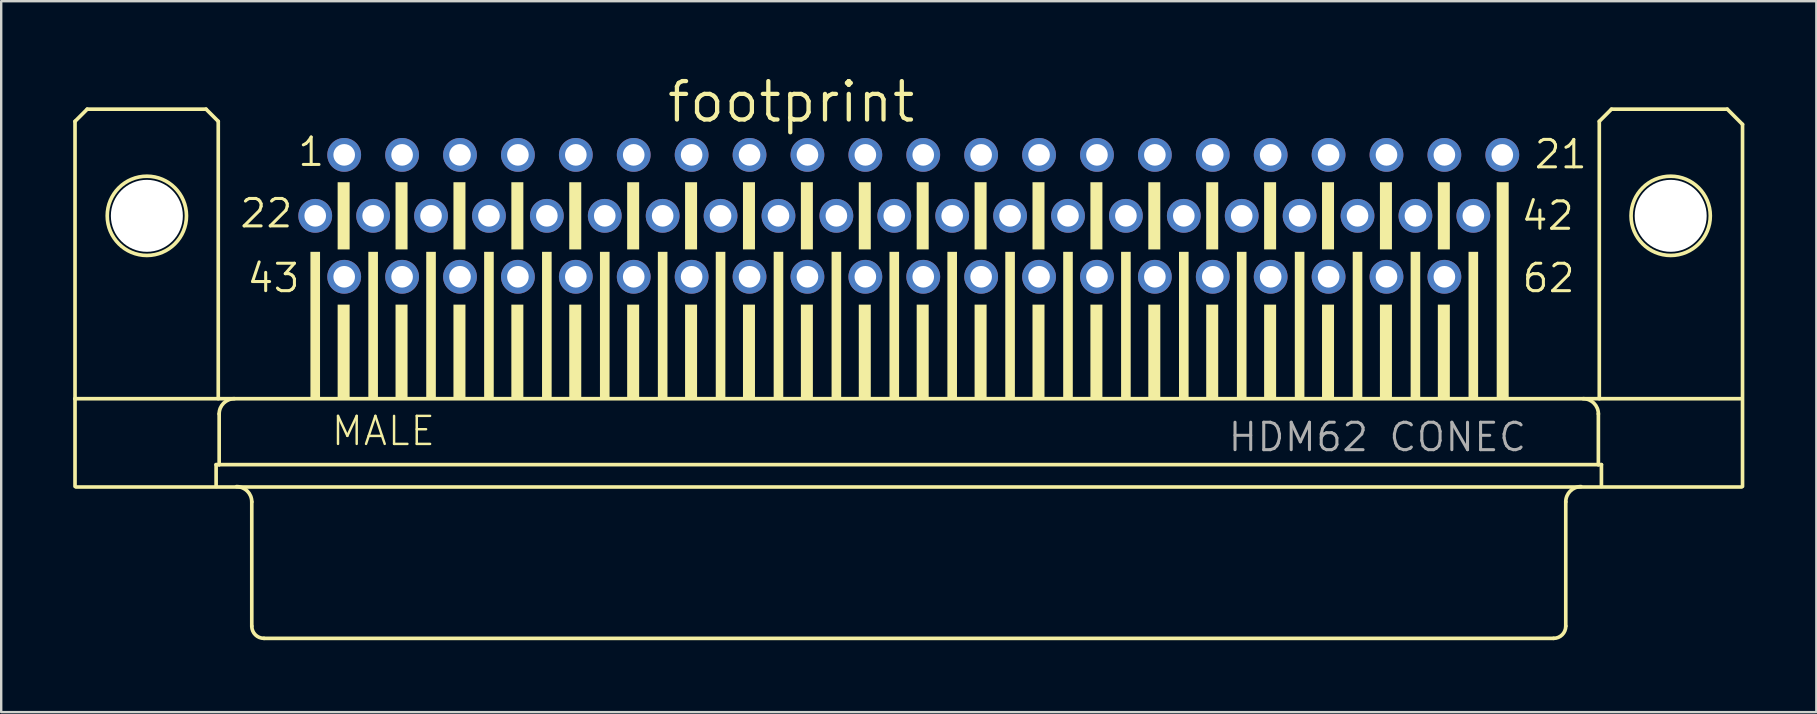
<source format=kicad_pcb>
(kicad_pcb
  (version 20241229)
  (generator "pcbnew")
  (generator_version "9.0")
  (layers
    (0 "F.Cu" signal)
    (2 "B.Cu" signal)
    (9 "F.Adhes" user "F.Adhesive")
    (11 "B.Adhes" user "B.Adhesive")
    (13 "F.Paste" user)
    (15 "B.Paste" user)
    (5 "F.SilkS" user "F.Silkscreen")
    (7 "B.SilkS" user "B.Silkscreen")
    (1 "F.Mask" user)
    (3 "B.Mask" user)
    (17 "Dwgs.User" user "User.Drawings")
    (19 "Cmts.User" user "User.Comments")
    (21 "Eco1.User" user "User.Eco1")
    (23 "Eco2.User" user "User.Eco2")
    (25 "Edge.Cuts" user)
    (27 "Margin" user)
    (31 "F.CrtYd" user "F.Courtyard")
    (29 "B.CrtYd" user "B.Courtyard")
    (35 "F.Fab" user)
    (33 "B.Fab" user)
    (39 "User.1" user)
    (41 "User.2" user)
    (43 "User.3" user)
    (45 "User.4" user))
  (footprint "footprint"
    (layer "F.Cu")
    (at 34.82 5.944)
    (property "Reference" "footprint" (at -10.16 -3.81 0) (layer "F.SilkS") (effects (font (size 1.6 1.6) (thickness 0.178)) (justify left bottom)))
    (fp_line (start -34.744 -3.937) (end -34.744 7.62) (stroke (width 0.152) (type solid)) (layer "F.SilkS"))
    (fp_line (start -34.744 11.276) (end -34.744 7.62) (stroke (width 0.152) (type solid)) (layer "F.SilkS"))
    (fp_line (start -34.7 11.3) (end 34.7 11.3) (stroke (width 0.152) (type solid)) (layer "F.SilkS"))
    (fp_line (start -34.236 -4.445) (end -34.744 -3.937) (stroke (width 0.152) (type solid)) (layer "F.SilkS"))
    (fp_line (start -29.283 -4.445) (end -34.236 -4.445) (stroke (width 0.152) (type solid)) (layer "F.SilkS"))
    (fp_line (start -28.864 10.368) (end -28.864 11.276) (stroke (width 0.152) (type solid)) (layer "F.SilkS"))
    (fp_line (start -28.775 -3.937) (end -29.283 -4.445) (stroke (width 0.152) (type solid)) (layer "F.SilkS"))
    (fp_line (start -28.775 -3.937) (end -28.775 7.62) (stroke (width 0.152) (type solid)) (layer "F.SilkS"))
    (fp_line (start -28.737 8.255) (end -28.737 10.368) (stroke (width 0.152) (type solid)) (layer "F.SilkS"))
    (fp_line (start -28.737 10.368) (end -28.864 10.368) (stroke (width 0.152) (type solid)) (layer "F.SilkS"))
    (fp_line (start -27.378 11.919) (end -27.378 17.099) (stroke (width 0.152) (type solid)) (layer "F.SilkS"))
    (fp_line (start 26.87 17.607) (end -26.87 17.607) (stroke (width 0.152) (type solid)) (layer "F.SilkS"))
    (fp_line (start 27.378 11.919) (end 27.378 17.099) (stroke (width 0.152) (type solid)) (layer "F.SilkS"))
    (fp_line (start 28.737 8.255) (end 28.737 10.368) (stroke (width 0.152) (type solid)) (layer "F.SilkS"))
    (fp_line (start 28.737 10.368) (end -28.737 10.368) (stroke (width 0.152) (type solid)) (layer "F.SilkS"))
    (fp_line (start 28.775 -3.937) (end 28.775 7.62) (stroke (width 0.152) (type solid)) (layer "F.SilkS"))
    (fp_line (start 28.864 10.368) (end 28.737 10.368) (stroke (width 0.152) (type solid)) (layer "F.SilkS"))
    (fp_line (start 28.864 10.368) (end 28.864 11.276) (stroke (width 0.152) (type solid)) (layer "F.SilkS"))
    (fp_line (start 29.283 -4.445) (end 28.775 -3.937) (stroke (width 0.152) (type solid)) (layer "F.SilkS"))
    (fp_line (start 29.283 -4.445) (end 34.109 -4.445) (stroke (width 0.152) (type solid)) (layer "F.SilkS"))
    (fp_line (start 34.109 -4.445) (end 34.744 -3.81) (stroke (width 0.152) (type solid)) (layer "F.SilkS"))
    (fp_line (start 34.656 7.62) (end -34.744 7.62) (stroke (width 0.152) (type solid)) (layer "F.SilkS"))
    (fp_line (start 34.744 -3.81) (end 34.744 11.276) (stroke (width 0.152) (type solid)) (layer "F.SilkS"))
    (fp_arc (start -28.737 8.255) (mid -28.551013 7.805987) (end -28.102 7.62) (stroke (width 0.1524) (type solid)) (layer "F.SilkS"))
    (fp_arc (start -28.013 11.284) (mid -27.563987 11.469987) (end -27.378 11.919) (stroke (width 0.1524) (type solid)) (layer "F.SilkS"))
    (fp_arc (start -26.87 17.607) (mid -27.22921 17.45821) (end -27.378 17.099) (stroke (width 0.1524) (type solid)) (layer "F.SilkS"))
    (fp_arc (start 27.378 11.919) (mid 27.563987 11.469987) (end 28.013 11.284) (stroke (width 0.1524) (type solid)) (layer "F.SilkS"))
    (fp_arc (start 27.378 17.099) (mid 27.22921 17.45821) (end 26.87 17.607) (stroke (width 0.1524) (type solid)) (layer "F.SilkS"))
    (fp_arc (start 28.102 7.62) (mid 28.551013 7.805987) (end 28.737 8.255) (stroke (width 0.1524) (type solid)) (layer "F.SilkS"))
    (fp_circle (center -31.75 0) (end -30.099 0) (stroke (width 0.152) (type solid)) (fill no) (layer "F.SilkS"))
    (fp_circle (center 31.75 0) (end 33.401 0) (stroke (width 0.152) (type solid)) (fill no) (layer "F.SilkS"))
    (fp_poly (pts (xy -24.934 7.6) (xy -24.534 7.6) (xy -24.534 1.5) (xy -24.934 1.5)) (stroke (width 0) (type solid)) (fill yes) (layer "F.SilkS"))
    (fp_poly (pts (xy -23.8 1.4) (xy -23.3 1.4) (xy -23.3 -1.4) (xy -23.8 -1.4)) (stroke (width 0) (type solid)) (fill yes) (layer "F.SilkS"))
    (fp_poly (pts (xy -23.8 7.6) (xy -23.3 7.6) (xy -23.3 3.7) (xy -23.8 3.7)) (stroke (width 0) (type solid)) (fill yes) (layer "F.SilkS"))
    (fp_poly (pts (xy -22.521 7.6) (xy -22.121 7.6) (xy -22.121 1.5) (xy -22.521 1.5)) (stroke (width 0) (type solid)) (fill yes) (layer "F.SilkS"))
    (fp_poly (pts (xy -21.387 1.4) (xy -20.887 1.4) (xy -20.887 -1.4) (xy -21.387 -1.4)) (stroke (width 0) (type solid)) (fill yes) (layer "F.SilkS"))
    (fp_poly (pts (xy -21.387 7.6) (xy -20.887 7.6) (xy -20.887 3.7) (xy -21.387 3.7)) (stroke (width 0) (type solid)) (fill yes) (layer "F.SilkS"))
    (fp_poly (pts (xy -20.108 7.6) (xy -19.708 7.6) (xy -19.708 1.5) (xy -20.108 1.5)) (stroke (width 0) (type solid)) (fill yes) (layer "F.SilkS"))
    (fp_poly (pts (xy -18.974 1.4) (xy -18.474 1.4) (xy -18.474 -1.4) (xy -18.974 -1.4)) (stroke (width 0) (type solid)) (fill yes) (layer "F.SilkS"))
    (fp_poly (pts (xy -18.974 7.6) (xy -18.474 7.6) (xy -18.474 3.7) (xy -18.974 3.7)) (stroke (width 0) (type solid)) (fill yes) (layer "F.SilkS"))
    (fp_poly (pts (xy -17.695 7.6) (xy -17.295 7.6) (xy -17.295 1.5) (xy -17.695 1.5)) (stroke (width 0) (type solid)) (fill yes) (layer "F.SilkS"))
    (fp_poly (pts (xy -16.561 1.4) (xy -16.061 1.4) (xy -16.061 -1.4) (xy -16.561 -1.4)) (stroke (width 0) (type solid)) (fill yes) (layer "F.SilkS"))
    (fp_poly (pts (xy -16.561 7.6) (xy -16.061 7.6) (xy -16.061 3.7) (xy -16.561 3.7)) (stroke (width 0) (type solid)) (fill yes) (layer "F.SilkS"))
    (fp_poly (pts (xy -15.282 7.6) (xy -14.882 7.6) (xy -14.882 1.5) (xy -15.282 1.5)) (stroke (width 0) (type solid)) (fill yes) (layer "F.SilkS"))
    (fp_poly (pts (xy -14.148 1.4) (xy -13.648 1.4) (xy -13.648 -1.4) (xy -14.148 -1.4)) (stroke (width 0) (type solid)) (fill yes) (layer "F.SilkS"))
    (fp_poly (pts (xy -14.148 7.6) (xy -13.648 7.6) (xy -13.648 3.7) (xy -14.148 3.7)) (stroke (width 0) (type solid)) (fill yes) (layer "F.SilkS"))
    (fp_poly (pts (xy -12.869 7.6) (xy -12.469 7.6) (xy -12.469 1.5) (xy -12.869 1.5)) (stroke (width 0) (type solid)) (fill yes) (layer "F.SilkS"))
    (fp_poly (pts (xy -11.735 1.4) (xy -11.235 1.4) (xy -11.235 -1.4) (xy -11.735 -1.4)) (stroke (width 0) (type solid)) (fill yes) (layer "F.SilkS"))
    (fp_poly (pts (xy -11.735 7.6) (xy -11.235 7.6) (xy -11.235 3.7) (xy -11.735 3.7)) (stroke (width 0) (type solid)) (fill yes) (layer "F.SilkS"))
    (fp_poly (pts (xy -10.456 7.6) (xy -10.056 7.6) (xy -10.056 1.5) (xy -10.456 1.5)) (stroke (width 0) (type solid)) (fill yes) (layer "F.SilkS"))
    (fp_poly (pts (xy -9.322 1.4) (xy -8.822 1.4) (xy -8.822 -1.4) (xy -9.322 -1.4)) (stroke (width 0) (type solid)) (fill yes) (layer "F.SilkS"))
    (fp_poly (pts (xy -9.322 7.6) (xy -8.822 7.6) (xy -8.822 3.7) (xy -9.322 3.7)) (stroke (width 0) (type solid)) (fill yes) (layer "F.SilkS"))
    (fp_poly (pts (xy -8.043 7.6) (xy -7.643 7.6) (xy -7.643 1.5) (xy -8.043 1.5)) (stroke (width 0) (type solid)) (fill yes) (layer "F.SilkS"))
    (fp_poly (pts (xy -6.909 1.4) (xy -6.409 1.4) (xy -6.409 -1.4) (xy -6.909 -1.4)) (stroke (width 0) (type solid)) (fill yes) (layer "F.SilkS"))
    (fp_poly (pts (xy -6.909 7.6) (xy -6.409 7.6) (xy -6.409 3.7) (xy -6.909 3.7)) (stroke (width 0) (type solid)) (fill yes) (layer "F.SilkS"))
    (fp_poly (pts (xy -5.63 7.6) (xy -5.23 7.6) (xy -5.23 1.5) (xy -5.63 1.5)) (stroke (width 0) (type solid)) (fill yes) (layer "F.SilkS"))
    (fp_poly (pts (xy -4.496 1.4) (xy -3.996 1.4) (xy -3.996 -1.4) (xy -4.496 -1.4)) (stroke (width 0) (type solid)) (fill yes) (layer "F.SilkS"))
    (fp_poly (pts (xy -4.496 7.6) (xy -3.996 7.6) (xy -3.996 3.7) (xy -4.496 3.7)) (stroke (width 0) (type solid)) (fill yes) (layer "F.SilkS"))
    (fp_poly (pts (xy -3.217 7.6) (xy -2.817 7.6) (xy -2.817 1.5) (xy -3.217 1.5)) (stroke (width 0) (type solid)) (fill yes) (layer "F.SilkS"))
    (fp_poly (pts (xy -2.083 1.4) (xy -1.583 1.4) (xy -1.583 -1.4) (xy -2.083 -1.4)) (stroke (width 0) (type solid)) (fill yes) (layer "F.SilkS"))
    (fp_poly (pts (xy -2.083 7.6) (xy -1.583 7.6) (xy -1.583 3.7) (xy -2.083 3.7)) (stroke (width 0) (type solid)) (fill yes) (layer "F.SilkS"))
    (fp_poly (pts (xy -0.804 7.6) (xy -0.404 7.6) (xy -0.404 1.5) (xy -0.804 1.5)) (stroke (width 0) (type solid)) (fill yes) (layer "F.SilkS"))
    (fp_poly (pts (xy 0.33 1.4) (xy 0.83 1.4) (xy 0.83 -1.4) (xy 0.33 -1.4)) (stroke (width 0) (type solid)) (fill yes) (layer "F.SilkS"))
    (fp_poly (pts (xy 0.33 7.6) (xy 0.83 7.6) (xy 0.83 3.7) (xy 0.33 3.7)) (stroke (width 0) (type solid)) (fill yes) (layer "F.SilkS"))
    (fp_poly (pts (xy 1.609 7.6) (xy 2.009 7.6) (xy 2.009 1.5) (xy 1.609 1.5)) (stroke (width 0) (type solid)) (fill yes) (layer "F.SilkS"))
    (fp_poly (pts (xy 2.743 1.4) (xy 3.243 1.4) (xy 3.243 -1.4) (xy 2.743 -1.4)) (stroke (width 0) (type solid)) (fill yes) (layer "F.SilkS"))
    (fp_poly (pts (xy 2.743 7.6) (xy 3.243 7.6) (xy 3.243 3.7) (xy 2.743 3.7)) (stroke (width 0) (type solid)) (fill yes) (layer "F.SilkS"))
    (fp_poly (pts (xy 4.022 7.6) (xy 4.422 7.6) (xy 4.422 1.5) (xy 4.022 1.5)) (stroke (width 0) (type solid)) (fill yes) (layer "F.SilkS"))
    (fp_poly (pts (xy 5.156 1.4) (xy 5.656 1.4) (xy 5.656 -1.4) (xy 5.156 -1.4)) (stroke (width 0) (type solid)) (fill yes) (layer "F.SilkS"))
    (fp_poly (pts (xy 5.156 7.6) (xy 5.656 7.6) (xy 5.656 3.7) (xy 5.156 3.7)) (stroke (width 0) (type solid)) (fill yes) (layer "F.SilkS"))
    (fp_poly (pts (xy 6.435 7.6) (xy 6.835 7.6) (xy 6.835 1.5) (xy 6.435 1.5)) (stroke (width 0) (type solid)) (fill yes) (layer "F.SilkS"))
    (fp_poly (pts (xy 7.569 1.4) (xy 8.069 1.4) (xy 8.069 -1.4) (xy 7.569 -1.4)) (stroke (width 0) (type solid)) (fill yes) (layer "F.SilkS"))
    (fp_poly (pts (xy 7.569 7.6) (xy 8.069 7.6) (xy 8.069 3.7) (xy 7.569 3.7)) (stroke (width 0) (type solid)) (fill yes) (layer "F.SilkS"))
    (fp_poly (pts (xy 8.848 7.6) (xy 9.248 7.6) (xy 9.248 1.5) (xy 8.848 1.5)) (stroke (width 0) (type solid)) (fill yes) (layer "F.SilkS"))
    (fp_poly (pts (xy 9.982 1.4) (xy 10.482 1.4) (xy 10.482 -1.4) (xy 9.982 -1.4)) (stroke (width 0) (type solid)) (fill yes) (layer "F.SilkS"))
    (fp_poly (pts (xy 9.982 7.6) (xy 10.482 7.6) (xy 10.482 3.7) (xy 9.982 3.7)) (stroke (width 0) (type solid)) (fill yes) (layer "F.SilkS"))
    (fp_poly (pts (xy 11.261 7.6) (xy 11.661 7.6) (xy 11.661 1.5) (xy 11.261 1.5)) (stroke (width 0) (type solid)) (fill yes) (layer "F.SilkS"))
    (fp_poly (pts (xy 12.395 1.4) (xy 12.895 1.4) (xy 12.895 -1.4) (xy 12.395 -1.4)) (stroke (width 0) (type solid)) (fill yes) (layer "F.SilkS"))
    (fp_poly (pts (xy 12.395 7.6) (xy 12.895 7.6) (xy 12.895 3.7) (xy 12.395 3.7)) (stroke (width 0) (type solid)) (fill yes) (layer "F.SilkS"))
    (fp_poly (pts (xy 13.674 7.6) (xy 14.074 7.6) (xy 14.074 1.5) (xy 13.674 1.5)) (stroke (width 0) (type solid)) (fill yes) (layer "F.SilkS"))
    (fp_poly (pts (xy 14.808 1.4) (xy 15.308 1.4) (xy 15.308 -1.4) (xy 14.808 -1.4)) (stroke (width 0) (type solid)) (fill yes) (layer "F.SilkS"))
    (fp_poly (pts (xy 14.808 7.6) (xy 15.308 7.6) (xy 15.308 3.7) (xy 14.808 3.7)) (stroke (width 0) (type solid)) (fill yes) (layer "F.SilkS"))
    (fp_poly (pts (xy 16.087 7.6) (xy 16.487 7.6) (xy 16.487 1.5) (xy 16.087 1.5)) (stroke (width 0) (type solid)) (fill yes) (layer "F.SilkS"))
    (fp_poly (pts (xy 17.221 1.4) (xy 17.721 1.4) (xy 17.721 -1.4) (xy 17.221 -1.4)) (stroke (width 0) (type solid)) (fill yes) (layer "F.SilkS"))
    (fp_poly (pts (xy 17.221 7.6) (xy 17.721 7.6) (xy 17.721 3.7) (xy 17.221 3.7)) (stroke (width 0) (type solid)) (fill yes) (layer "F.SilkS"))
    (fp_poly (pts (xy 18.5 7.6) (xy 18.9 7.6) (xy 18.9 1.5) (xy 18.5 1.5)) (stroke (width 0) (type solid)) (fill yes) (layer "F.SilkS"))
    (fp_poly (pts (xy 19.634 1.4) (xy 20.134 1.4) (xy 20.134 -1.4) (xy 19.634 -1.4)) (stroke (width 0) (type solid)) (fill yes) (layer "F.SilkS"))
    (fp_poly (pts (xy 19.634 7.6) (xy 20.134 7.6) (xy 20.134 3.7) (xy 19.634 3.7)) (stroke (width 0) (type solid)) (fill yes) (layer "F.SilkS"))
    (fp_poly (pts (xy 20.913 7.6) (xy 21.313 7.6) (xy 21.313 1.5) (xy 20.913 1.5)) (stroke (width 0) (type solid)) (fill yes) (layer "F.SilkS"))
    (fp_poly (pts (xy 22.047 1.4) (xy 22.547 1.4) (xy 22.547 -1.4) (xy 22.047 -1.4)) (stroke (width 0) (type solid)) (fill yes) (layer "F.SilkS"))
    (fp_poly (pts (xy 22.047 7.6) (xy 22.547 7.6) (xy 22.547 3.7) (xy 22.047 3.7)) (stroke (width 0) (type solid)) (fill yes) (layer "F.SilkS"))
    (fp_poly (pts (xy 23.326 7.6) (xy 23.726 7.6) (xy 23.726 1.5) (xy 23.326 1.5)) (stroke (width 0) (type solid)) (fill yes) (layer "F.SilkS"))
    (fp_poly (pts (xy 24.5 7.6) (xy 25 7.6) (xy 25 -1.4) (xy 24.5 -1.4)) (stroke (width 0) (type solid)) (fill yes) (layer "F.SilkS"))
    (fp_text user "22" (at -27.944 0.565 0) (layer "F.SilkS") (effects (font (size 1.143 1.143) (thickness 0.127)) (justify left bottom)))
    (fp_text user "MALE" (at -24.13 9.652 0) (layer "F.SilkS") (effects (font (size 1.168 1.168) (thickness 0.102)) (justify left bottom)))
    (fp_text user "42" (at 25.453 0.665 0) (layer "F.SilkS") (effects (font (size 1.143 1.143) (thickness 0.127)) (justify left bottom)))
    (fp_text user "43" (at -27.644 3.265 0) (layer "F.SilkS") (effects (font (size 1.143 1.143) (thickness 0.127)) (justify left bottom)))
    (fp_text user "21" (at 25.996 -1.895 0) (layer "F.SilkS") (effects (font (size 1.143 1.143) (thickness 0.127)) (justify left bottom)))
    (fp_text user "1" (at -25.531 -1.995 0) (layer "F.SilkS") (effects (font (size 1.143 1.143) (thickness 0.127)) (justify left bottom)))
    (fp_text user "62" (at 25.491 3.265 0) (layer "F.SilkS") (effects (font (size 1.143 1.143) (thickness 0.127)) (justify left bottom)))
    (fp_text user "HDM62 CONEC" (at 13.24 9.891 0) (layer "F.Fab") (effects (font (size 1.143 1.143) (thickness 0.127)) (justify left bottom)))
    (pad "" np_thru_hole circle (at -31.75 0) (size 3 3) (drill 3) (layers "*.Cu" "*.Mask"))
    (pad "" np_thru_hole circle (at 31.75 0) (size 3 3) (drill 3) (layers "*.Cu" "*.Mask"))
    (pad "1" thru_hole circle (at -23.527 -2.54) (size 1.408 1.408) (drill 0.9) (layers "*.Cu" "*.Mask"))
    (pad "2" thru_hole circle (at -21.114 -2.54) (size 1.408 1.408) (drill 0.9) (layers "*.Cu" "*.Mask"))
    (pad "3" thru_hole circle (at -18.701 -2.54) (size 1.408 1.408) (drill 0.9) (layers "*.Cu" "*.Mask"))
    (pad "4" thru_hole circle (at -16.288 -2.54) (size 1.408 1.408) (drill 0.9) (layers "*.Cu" "*.Mask"))
    (pad "5" thru_hole circle (at -13.875 -2.54) (size 1.408 1.408) (drill 0.9) (layers "*.Cu" "*.Mask"))
    (pad "6" thru_hole circle (at -11.462 -2.54) (size 1.408 1.408) (drill 0.9) (layers "*.Cu" "*.Mask"))
    (pad "7" thru_hole circle (at -9.049 -2.54) (size 1.408 1.408) (drill 0.9) (layers "*.Cu" "*.Mask"))
    (pad "8" thru_hole circle (at -6.636 -2.54) (size 1.408 1.408) (drill 0.9) (layers "*.Cu" "*.Mask"))
    (pad "9" thru_hole circle (at -4.223 -2.54) (size 1.408 1.408) (drill 0.9) (layers "*.Cu" "*.Mask"))
    (pad "10" thru_hole circle (at -1.81 -2.54) (size 1.408 1.408) (drill 0.9) (layers "*.Cu" "*.Mask"))
    (pad "11" thru_hole circle (at 0.603 -2.54) (size 1.408 1.408) (drill 0.9) (layers "*.Cu" "*.Mask"))
    (pad "12" thru_hole circle (at 3.016 -2.54) (size 1.408 1.408) (drill 0.9) (layers "*.Cu" "*.Mask"))
    (pad "13" thru_hole circle (at 5.429 -2.54) (size 1.408 1.408) (drill 0.9) (layers "*.Cu" "*.Mask"))
    (pad "14" thru_hole circle (at 7.842 -2.54) (size 1.408 1.408) (drill 0.9) (layers "*.Cu" "*.Mask"))
    (pad "15" thru_hole circle (at 10.255 -2.54) (size 1.408 1.408) (drill 0.9) (layers "*.Cu" "*.Mask"))
    (pad "16" thru_hole circle (at 12.668 -2.54) (size 1.408 1.408) (drill 0.9) (layers "*.Cu" "*.Mask"))
    (pad "17" thru_hole circle (at 15.081 -2.54) (size 1.408 1.408) (drill 0.9) (layers "*.Cu" "*.Mask"))
    (pad "18" thru_hole circle (at 17.494 -2.54) (size 1.408 1.408) (drill 0.9) (layers "*.Cu" "*.Mask"))
    (pad "19" thru_hole circle (at 19.907 -2.54) (size 1.408 1.408) (drill 0.9) (layers "*.Cu" "*.Mask"))
    (pad "20" thru_hole circle (at 22.32 -2.54) (size 1.408 1.408) (drill 0.9) (layers "*.Cu" "*.Mask"))
    (pad "21" thru_hole circle (at 24.733 -2.54) (size 1.408 1.408) (drill 0.9) (layers "*.Cu" "*.Mask"))
    (pad "22" thru_hole circle (at -24.734 0) (size 1.408 1.408) (drill 0.9) (layers "*.Cu" "*.Mask"))
    (pad "23" thru_hole circle (at -22.321 0) (size 1.408 1.408) (drill 0.9) (layers "*.Cu" "*.Mask"))
    (pad "24" thru_hole circle (at -19.908 0) (size 1.408 1.408) (drill 0.9) (layers "*.Cu" "*.Mask"))
    (pad "25" thru_hole circle (at -17.495 0) (size 1.408 1.408) (drill 0.9) (layers "*.Cu" "*.Mask"))
    (pad "26" thru_hole circle (at -15.082 0) (size 1.408 1.408) (drill 0.9) (layers "*.Cu" "*.Mask"))
    (pad "27" thru_hole circle (at -12.669 0) (size 1.408 1.408) (drill 0.9) (layers "*.Cu" "*.Mask"))
    (pad "28" thru_hole circle (at -10.256 0) (size 1.408 1.408) (drill 0.9) (layers "*.Cu" "*.Mask"))
    (pad "29" thru_hole circle (at -7.843 0) (size 1.408 1.408) (drill 0.9) (layers "*.Cu" "*.Mask"))
    (pad "30" thru_hole circle (at -5.43 0) (size 1.408 1.408) (drill 0.9) (layers "*.Cu" "*.Mask"))
    (pad "31" thru_hole circle (at -3.017 0) (size 1.408 1.408) (drill 0.9) (layers "*.Cu" "*.Mask"))
    (pad "32" thru_hole circle (at -0.604 0) (size 1.408 1.408) (drill 0.9) (layers "*.Cu" "*.Mask"))
    (pad "33" thru_hole circle (at 1.809 0) (size 1.408 1.408) (drill 0.9) (layers "*.Cu" "*.Mask"))
    (pad "34" thru_hole circle (at 4.222 0) (size 1.408 1.408) (drill 0.9) (layers "*.Cu" "*.Mask"))
    (pad "35" thru_hole circle (at 6.635 0) (size 1.408 1.408) (drill 0.9) (layers "*.Cu" "*.Mask"))
    (pad "36" thru_hole circle (at 9.048 0) (size 1.408 1.408) (drill 0.9) (layers "*.Cu" "*.Mask"))
    (pad "37" thru_hole circle (at 11.461 0) (size 1.408 1.408) (drill 0.9) (layers "*.Cu" "*.Mask"))
    (pad "38" thru_hole circle (at 13.874 0) (size 1.408 1.408) (drill 0.9) (layers "*.Cu" "*.Mask"))
    (pad "39" thru_hole circle (at 16.287 0) (size 1.408 1.408) (drill 0.9) (layers "*.Cu" "*.Mask"))
    (pad "40" thru_hole circle (at 18.7 0) (size 1.408 1.408) (drill 0.9) (layers "*.Cu" "*.Mask"))
    (pad "41" thru_hole circle (at 21.113 0) (size 1.408 1.408) (drill 0.9) (layers "*.Cu" "*.Mask"))
    (pad "42" thru_hole circle (at 23.526 0) (size 1.408 1.408) (drill 0.9) (layers "*.Cu" "*.Mask"))
    (pad "43" thru_hole circle (at -23.527 2.54) (size 1.408 1.408) (drill 0.9) (layers "*.Cu" "*.Mask"))
    (pad "44" thru_hole circle (at -21.114 2.54) (size 1.408 1.408) (drill 0.9) (layers "*.Cu" "*.Mask"))
    (pad "45" thru_hole circle (at -18.701 2.54) (size 1.408 1.408) (drill 0.9) (layers "*.Cu" "*.Mask"))
    (pad "46" thru_hole circle (at -16.288 2.54) (size 1.408 1.408) (drill 0.9) (layers "*.Cu" "*.Mask"))
    (pad "47" thru_hole circle (at -13.875 2.54) (size 1.408 1.408) (drill 0.9) (layers "*.Cu" "*.Mask"))
    (pad "48" thru_hole circle (at -11.462 2.54) (size 1.408 1.408) (drill 0.9) (layers "*.Cu" "*.Mask"))
    (pad "49" thru_hole circle (at -9.049 2.54) (size 1.408 1.408) (drill 0.9) (layers "*.Cu" "*.Mask"))
    (pad "50" thru_hole circle (at -6.636 2.54) (size 1.408 1.408) (drill 0.9) (layers "*.Cu" "*.Mask"))
    (pad "51" thru_hole circle (at -4.223 2.54) (size 1.408 1.408) (drill 0.9) (layers "*.Cu" "*.Mask"))
    (pad "52" thru_hole circle (at -1.81 2.54) (size 1.408 1.408) (drill 0.9) (layers "*.Cu" "*.Mask"))
    (pad "53" thru_hole circle (at 0.603 2.54) (size 1.408 1.408) (drill 0.9) (layers "*.Cu" "*.Mask"))
    (pad "54" thru_hole circle (at 3.016 2.54) (size 1.408 1.408) (drill 0.9) (layers "*.Cu" "*.Mask"))
    (pad "55" thru_hole circle (at 5.429 2.54) (size 1.408 1.408) (drill 0.9) (layers "*.Cu" "*.Mask"))
    (pad "56" thru_hole circle (at 7.842 2.54) (size 1.408 1.408) (drill 0.9) (layers "*.Cu" "*.Mask"))
    (pad "57" thru_hole circle (at 10.255 2.54) (size 1.408 1.408) (drill 0.9) (layers "*.Cu" "*.Mask"))
    (pad "58" thru_hole circle (at 12.668 2.54) (size 1.408 1.408) (drill 0.9) (layers "*.Cu" "*.Mask"))
    (pad "59" thru_hole circle (at 15.081 2.54) (size 1.408 1.408) (drill 0.9) (layers "*.Cu" "*.Mask"))
    (pad "60" thru_hole circle (at 17.494 2.54) (size 1.408 1.408) (drill 0.9) (layers "*.Cu" "*.Mask"))
    (pad "61" thru_hole circle (at 19.907 2.54) (size 1.408 1.408) (drill 0.9) (layers "*.Cu" "*.Mask"))
    (pad "62" thru_hole circle (at 22.32 2.54) (size 1.408 1.408) (drill 0.9) (layers "*.Cu" "*.Mask"))
    (zone (net_name "") (layers "F.Cu" "B.Cu") (hatch edge 0.508) (connect_pads) (min_thickness 0.254) (filled_areas_thickness no) (keepout (tracks allowed) (vias not_allowed) (pads allowed) (copperpour allowed) (footprints allowed)) (placement (enabled no)) (fill) (polygon (pts (xy 5.737 5.944) (xy 5.697 5.48) (xy 5.576 5.031) (xy 5.38 4.61) (xy 5.113 4.229) (xy 4.785 3.901) (xy 4.404 3.634) (xy 3.982 3.437) (xy 3.533 3.317) (xy 3.07 3.277) (xy 2.607 3.317) (xy 2.158 3.437) (xy 1.737 3.634) (xy 1.356 3.901) (xy 1.027 4.229) (xy 0.761 4.61) (xy 0.564 5.031) (xy 0.444 5.48) (xy 0.403 5.944) (xy 0.444 6.407) (xy 0.564 6.856) (xy 0.761 7.277) (xy 1.027 7.658) (xy 1.356 7.987) (xy 1.737 8.253) (xy 2.158 8.45) (xy 2.607 8.57) (xy 3.07 8.611) (xy 3.533 8.57) (xy 3.982 8.45) (xy 4.404 8.253) (xy 4.785 7.987) (xy 5.113 7.658) (xy 5.38 7.277) (xy 5.576 6.856) (xy 5.697 6.407))))
    (zone (net_name "") (layers "F.Cu" "B.Cu") (hatch edge 0.508) (connect_pads) (min_thickness 0.254) (filled_areas_thickness no) (keepout (tracks allowed) (vias not_allowed) (pads allowed) (copperpour allowed) (footprints allowed)) (placement (enabled no)) (fill) (polygon (pts (xy 69.237 5.944) (xy 69.197 5.48) (xy 69.076 5.031) (xy 68.88 4.61) (xy 68.613 4.229) (xy 68.285 3.901) (xy 67.904 3.634) (xy 67.482 3.437) (xy 67.033 3.317) (xy 66.57 3.277) (xy 66.107 3.317) (xy 65.658 3.437) (xy 65.237 3.634) (xy 64.856 3.901) (xy 64.527 4.229) (xy 64.261 4.61) (xy 64.064 5.031) (xy 63.944 5.48) (xy 63.903 5.944) (xy 63.944 6.407) (xy 64.064 6.856) (xy 64.261 7.277) (xy 64.527 7.658) (xy 64.856 7.987) (xy 65.237 8.253) (xy 65.658 8.45) (xy 66.107 8.57) (xy 66.57 8.611) (xy 67.033 8.57) (xy 67.482 8.45) (xy 67.904 8.253) (xy 68.285 7.987) (xy 68.613 7.658) (xy 68.88 7.277) (xy 69.076 6.856) (xy 69.197 6.407))))
    (zone (net_name "") (layer "B.Cu") (hatch edge 0.508) (connect_pads) (min_thickness 0.254) (filled_areas_thickness no) (keepout (tracks not_allowed) (vias not_allowed) (pads not_allowed) (copperpour not_allowed) (footprints allowed)) (placement (enabled no)) (fill) (polygon (pts (xy 5.737 5.944) (xy 5.697 5.48) (xy 5.576 5.031) (xy 5.38 4.61) (xy 5.113 4.229) (xy 4.785 3.901) (xy 4.404 3.634) (xy 3.982 3.437) (xy 3.533 3.317) (xy 3.07 3.277) (xy 2.607 3.317) (xy 2.158 3.437) (xy 1.737 3.634) (xy 1.356 3.901) (xy 1.027 4.229) (xy 0.761 4.61) (xy 0.564 5.031) (xy 0.444 5.48) (xy 0.403 5.944) (xy 0.444 6.407) (xy 0.564 6.856) (xy 0.761 7.277) (xy 1.027 7.658) (xy 1.356 7.987) (xy 1.737 8.253) (xy 2.158 8.45) (xy 2.607 8.57) (xy 3.07 8.611) (xy 3.533 8.57) (xy 3.982 8.45) (xy 4.404 8.253) (xy 4.785 7.987) (xy 5.113 7.658) (xy 5.38 7.277) (xy 5.576 6.856) (xy 5.697 6.407))))
    (zone (net_name "") (layer "B.Cu") (hatch edge 0.508) (connect_pads) (min_thickness 0.254) (filled_areas_thickness no) (keepout (tracks not_allowed) (vias not_allowed) (pads not_allowed) (copperpour not_allowed) (footprints allowed)) (placement (enabled no)) (fill) (polygon (pts (xy 69.237 5.944) (xy 69.197 5.48) (xy 69.076 5.031) (xy 68.88 4.61) (xy 68.613 4.229) (xy 68.285 3.901) (xy 67.904 3.634) (xy 67.482 3.437) (xy 67.033 3.317) (xy 66.57 3.277) (xy 66.107 3.317) (xy 65.658 3.437) (xy 65.237 3.634) (xy 64.856 3.901) (xy 64.527 4.229) (xy 64.261 4.61) (xy 64.064 5.031) (xy 63.944 5.48) (xy 63.903 5.944) (xy 63.944 6.407) (xy 64.064 6.856) (xy 64.261 7.277) (xy 64.527 7.658) (xy 64.856 7.987) (xy 65.237 8.253) (xy 65.658 8.45) (xy 66.107 8.57) (xy 66.57 8.611) (xy 67.033 8.57) (xy 67.482 8.45) (xy 67.904 8.253) (xy 68.285 7.987) (xy 68.613 7.658) (xy 68.88 7.277) (xy 69.076 6.856) (xy 69.197 6.407)))))
  (gr_rect
    (start -3 -3)
    (end 72.64 26.627)
    (stroke (width 0.1) (type default))
    (fill no)
    (layer "Edge.Cuts")))
</source>
